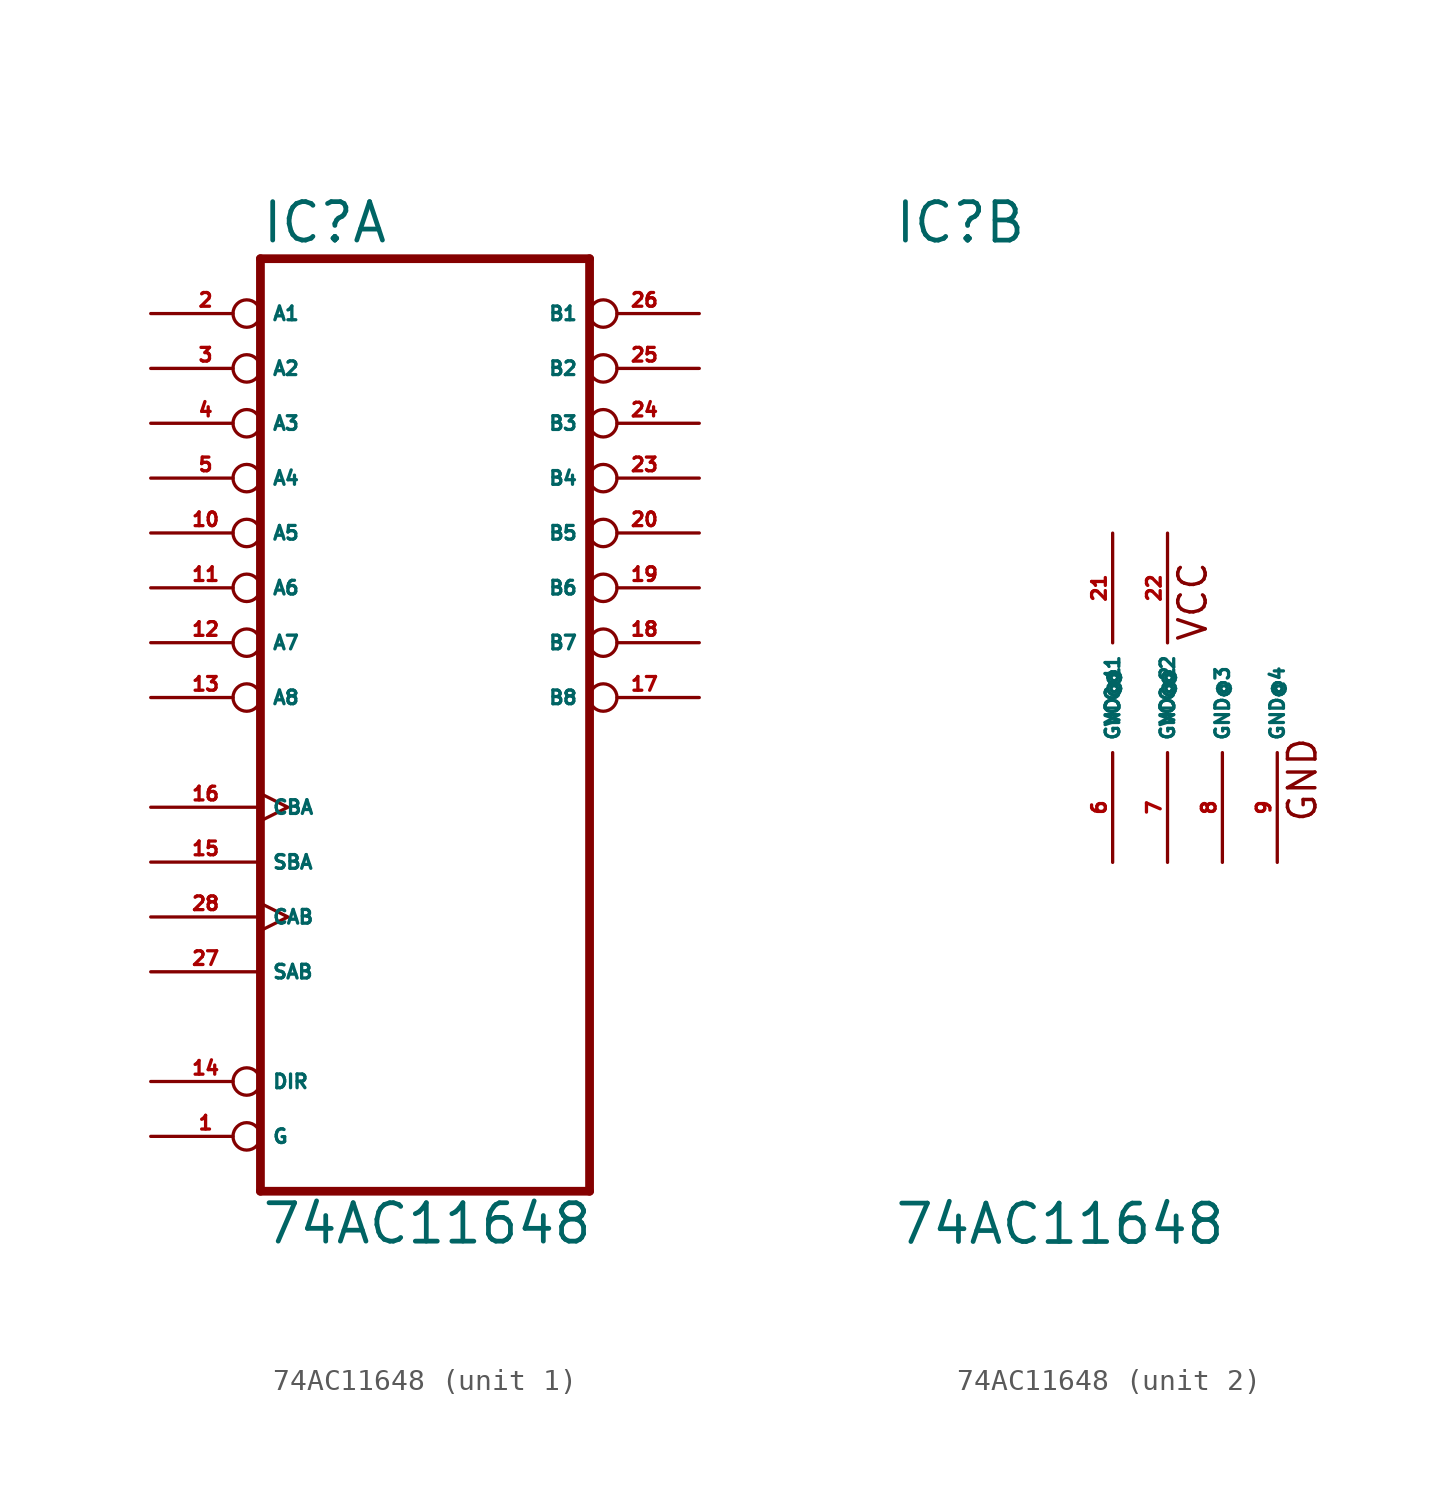
<source format=kicad_sym>
(kicad_symbol_lib
  (version 20220914)
  (generator Eagle2Kicad)
  (symbol "74AC11648"
    (property "Reference" "IC"
      (at -10.16 20.955 0)
      (effects (font (size 1.778 1.778) (thickness 0.22)) (justify left bottom)))
    (property "Value" "74AC11648"
      (at -10.16 -25.4 0)
      (effects (font (size 1.778 1.778) (thickness 0.22)) (justify left bottom)))
    (symbol "74AC11648_1_0"
      (polyline (pts (xy -10.16 -22.86) (xy 5.08 -22.86)) (stroke (width 0.406) (type default)) (fill (type none)))
      (polyline (pts (xy 5.08 20.32) (xy 5.08 -22.86)) (stroke (width 0.406) (type default)) (fill (type none)))
      (polyline (pts (xy 5.08 20.32) (xy -10.16 20.32)) (stroke (width 0.406) (type default)) (fill (type none)))
      (polyline (pts (xy -10.16 -22.86) (xy -10.16 20.32)) (stroke (width 0.406) (type default)) (fill (type none)))
      (pin bidirectional inverted (at -15.24 17.78 0) (length 5.08) (name "A1" (effects (font (size 0.635 0.635) (thickness 0.08)) (justify left bottom))) (number "2" (effects (font (size 0.635 0.635) (thickness 0.08)) (justify left bottom))))
      (pin bidirectional inverted (at -15.24 15.24 0) (length 5.08) (name "A2" (effects (font (size 0.635 0.635) (thickness 0.08)) (justify left bottom))) (number "3" (effects (font (size 0.635 0.635) (thickness 0.08)) (justify left bottom))))
      (pin bidirectional inverted (at -15.24 12.7 0) (length 5.08) (name "A3" (effects (font (size 0.635 0.635) (thickness 0.08)) (justify left bottom))) (number "4" (effects (font (size 0.635 0.635) (thickness 0.08)) (justify left bottom))))
      (pin bidirectional inverted (at -15.24 10.16 0) (length 5.08) (name "A4" (effects (font (size 0.635 0.635) (thickness 0.08)) (justify left bottom))) (number "5" (effects (font (size 0.635 0.635) (thickness 0.08)) (justify left bottom))))
      (pin bidirectional inverted (at -15.24 7.62 0) (length 5.08) (name "A5" (effects (font (size 0.635 0.635) (thickness 0.08)) (justify left bottom))) (number "10" (effects (font (size 0.635 0.635) (thickness 0.08)) (justify left bottom))))
      (pin bidirectional inverted (at -15.24 5.08 0) (length 5.08) (name "A6" (effects (font (size 0.635 0.635) (thickness 0.08)) (justify left bottom))) (number "11" (effects (font (size 0.635 0.635) (thickness 0.08)) (justify left bottom))))
      (pin bidirectional inverted (at -15.24 2.54 0) (length 5.08) (name "A7" (effects (font (size 0.635 0.635) (thickness 0.08)) (justify left bottom))) (number "12" (effects (font (size 0.635 0.635) (thickness 0.08)) (justify left bottom))))
      (pin bidirectional inverted (at -15.24 0 0) (length 5.08) (name "A8" (effects (font (size 0.635 0.635) (thickness 0.08)) (justify left bottom))) (number "13" (effects (font (size 0.635 0.635) (thickness 0.08)) (justify left bottom))))
      (pin bidirectional inverted (at 10.16 17.78 180) (length 5.08) (name "B1" (effects (font (size 0.635 0.635) (thickness 0.08)) (justify left bottom))) (number "26" (effects (font (size 0.635 0.635) (thickness 0.08)) (justify left bottom))))
      (pin bidirectional inverted (at 10.16 15.24 180) (length 5.08) (name "B2" (effects (font (size 0.635 0.635) (thickness 0.08)) (justify left bottom))) (number "25" (effects (font (size 0.635 0.635) (thickness 0.08)) (justify left bottom))))
      (pin bidirectional inverted (at 10.16 12.7 180) (length 5.08) (name "B3" (effects (font (size 0.635 0.635) (thickness 0.08)) (justify left bottom))) (number "24" (effects (font (size 0.635 0.635) (thickness 0.08)) (justify left bottom))))
      (pin bidirectional inverted (at 10.16 10.16 180) (length 5.08) (name "B4" (effects (font (size 0.635 0.635) (thickness 0.08)) (justify left bottom))) (number "23" (effects (font (size 0.635 0.635) (thickness 0.08)) (justify left bottom))))
      (pin bidirectional inverted (at 10.16 7.62 180) (length 5.08) (name "B5" (effects (font (size 0.635 0.635) (thickness 0.08)) (justify left bottom))) (number "20" (effects (font (size 0.635 0.635) (thickness 0.08)) (justify left bottom))))
      (pin bidirectional inverted (at 10.16 5.08 180) (length 5.08) (name "B6" (effects (font (size 0.635 0.635) (thickness 0.08)) (justify left bottom))) (number "19" (effects (font (size 0.635 0.635) (thickness 0.08)) (justify left bottom))))
      (pin bidirectional inverted (at 10.16 2.54 180) (length 5.08) (name "B7" (effects (font (size 0.635 0.635) (thickness 0.08)) (justify left bottom))) (number "18" (effects (font (size 0.635 0.635) (thickness 0.08)) (justify left bottom))))
      (pin bidirectional inverted (at 10.16 0 180) (length 5.08) (name "B8" (effects (font (size 0.635 0.635) (thickness 0.08)) (justify left bottom))) (number "17" (effects (font (size 0.635 0.635) (thickness 0.08)) (justify left bottom))))
      (pin input inverted (at -15.24 -20.32 0) (length 5.08) (name "G" (effects (font (size 0.635 0.635) (thickness 0.08)) (justify left bottom))) (number "1" (effects (font (size 0.635 0.635) (thickness 0.08)) (justify left bottom))))
      (pin input inverted (at -15.24 -17.78 0) (length 5.08) (name "DIR" (effects (font (size 0.635 0.635) (thickness 0.08)) (justify left bottom))) (number "14" (effects (font (size 0.635 0.635) (thickness 0.08)) (justify left bottom))))
      (pin input clock (at -15.24 -5.08 0) (length 5.08) (name "CBA" (effects (font (size 0.635 0.635) (thickness 0.08)) (justify left bottom))) (number "16" (effects (font (size 0.635 0.635) (thickness 0.08)) (justify left bottom))))
      (pin input line (at -15.24 -7.62 0) (length 5.08) (name "SBA" (effects (font (size 0.635 0.635) (thickness 0.08)) (justify left bottom))) (number "15" (effects (font (size 0.635 0.635) (thickness 0.08)) (justify left bottom))))
      (pin input clock (at -15.24 -10.16 0) (length 5.08) (name "CAB" (effects (font (size 0.635 0.635) (thickness 0.08)) (justify left bottom))) (number "28" (effects (font (size 0.635 0.635) (thickness 0.08)) (justify left bottom))))
      (pin input line (at -15.24 -12.7 0) (length 5.08) (name "SAB" (effects (font (size 0.635 0.635) (thickness 0.08)) (justify left bottom))) (number "27" (effects (font (size 0.635 0.635) (thickness 0.08)) (justify left bottom)))))
    (symbol "74AC11648_2_0"
      (text "VCC" (at 4.445 2.54 900) (effects (font (size 1.27 1.27) (thickness 0.16)) (justify left bottom)))
      (text "GND" (at 9.525 -5.842 900) (effects (font (size 1.27 1.27) (thickness 0.16)) (justify left bottom)))
      (pin unspecified line (at 0 -7.62 90) (length 5.08) (name "GND@1" (effects (font (size 0.635 0.635) (thickness 0.08)) (justify left bottom))) (number "6" (effects (font (size 0.635 0.635) (thickness 0.08)) (justify left bottom))))
      (pin unspecified line (at 2.54 -7.62 90) (length 5.08) (name "GND@2" (effects (font (size 0.635 0.635) (thickness 0.08)) (justify left bottom))) (number "7" (effects (font (size 0.635 0.635) (thickness 0.08)) (justify left bottom))))
      (pin unspecified line (at 5.08 -7.62 90) (length 5.08) (name "GND@3" (effects (font (size 0.635 0.635) (thickness 0.08)) (justify left bottom))) (number "8" (effects (font (size 0.635 0.635) (thickness 0.08)) (justify left bottom))))
      (pin unspecified line (at 7.62 -7.62 90) (length 5.08) (name "GND@4" (effects (font (size 0.635 0.635) (thickness 0.08)) (justify left bottom))) (number "9" (effects (font (size 0.635 0.635) (thickness 0.08)) (justify left bottom))))
      (pin unspecified line (at 0 7.62 270) (length 5.08) (name "VCC@1" (effects (font (size 0.635 0.635) (thickness 0.08)) (justify left bottom))) (number "21" (effects (font (size 0.635 0.635) (thickness 0.08)) (justify left bottom))))
      (pin unspecified line (at 2.54 7.62 270) (length 5.08) (name "VCC@2" (effects (font (size 0.635 0.635) (thickness 0.08)) (justify left bottom))) (number "22" (effects (font (size 0.635 0.635) (thickness 0.08)) (justify left bottom)))))))
</source>
